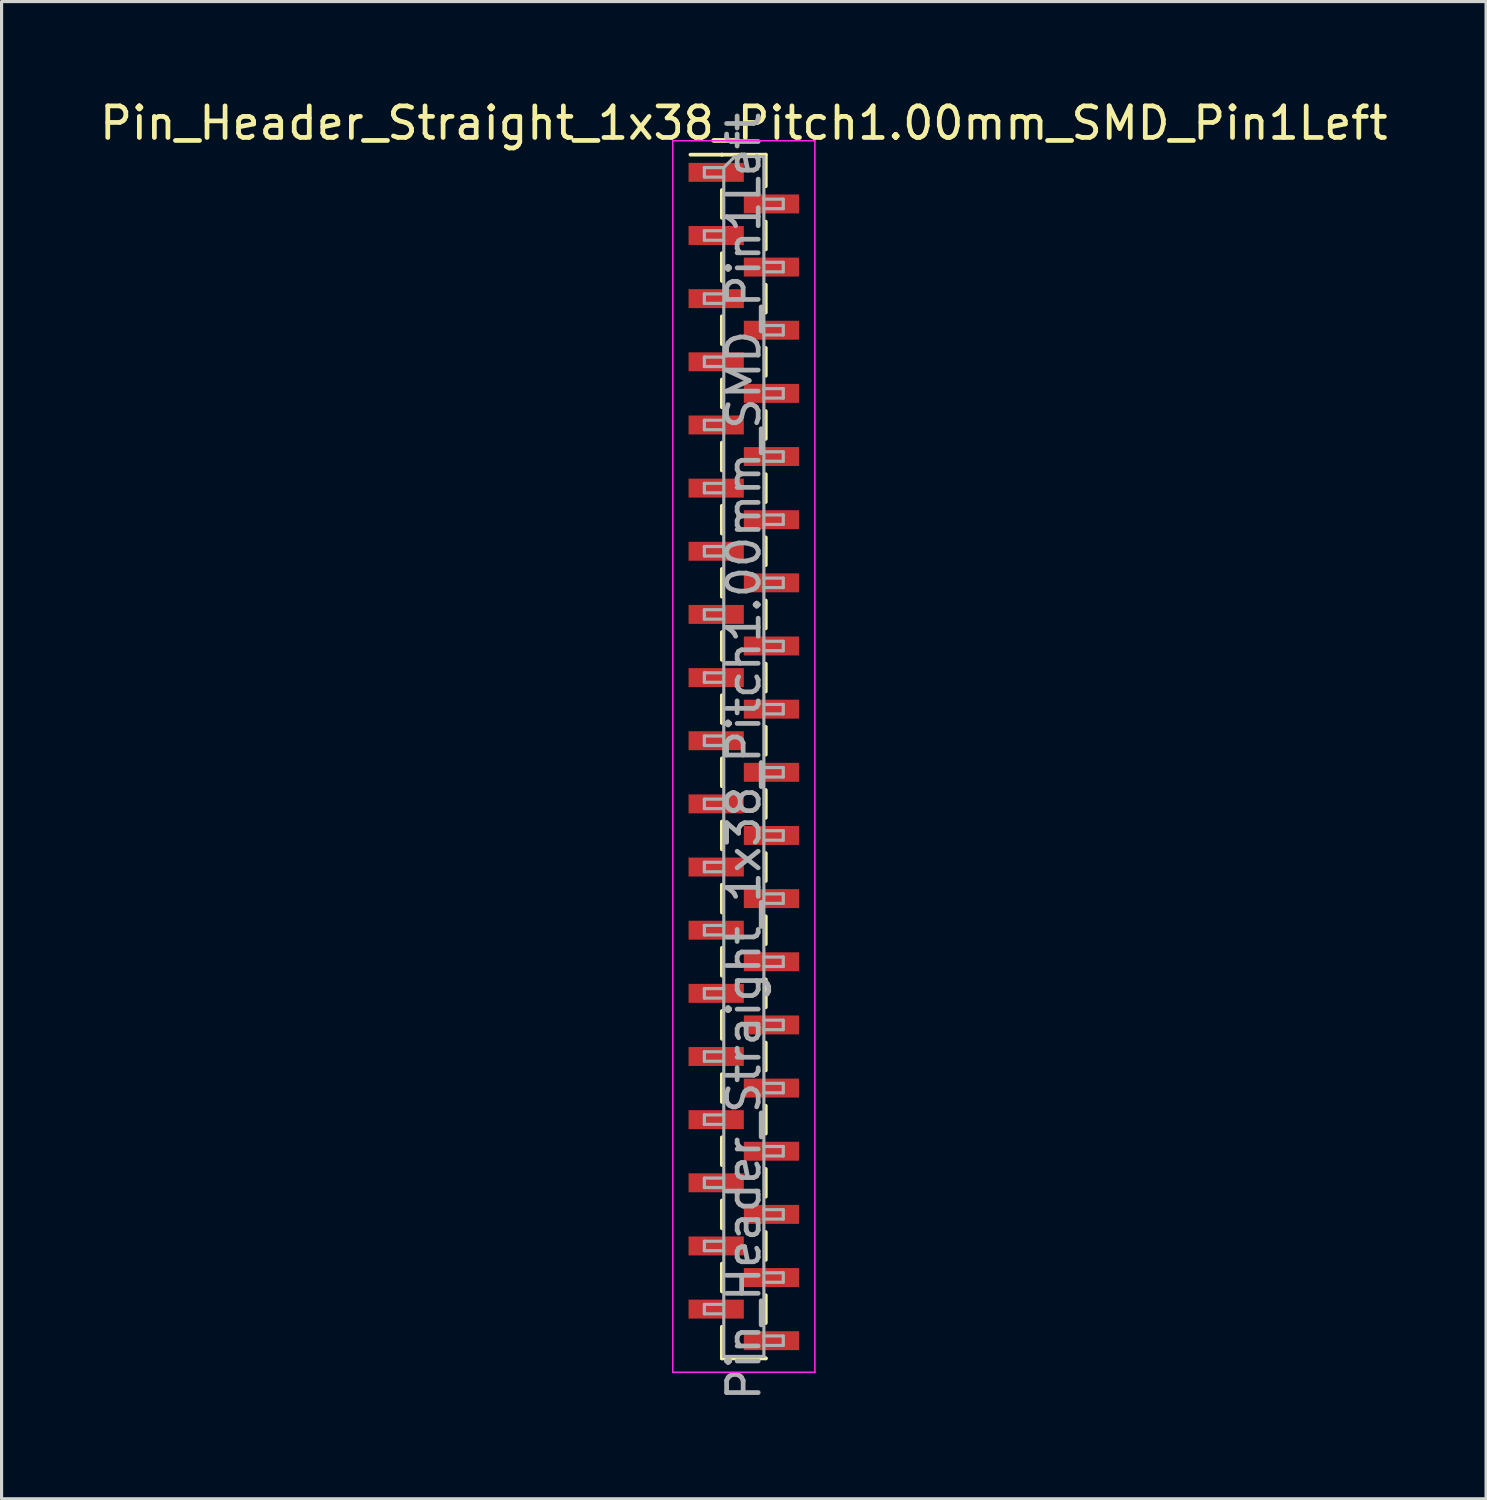
<source format=kicad_pcb>
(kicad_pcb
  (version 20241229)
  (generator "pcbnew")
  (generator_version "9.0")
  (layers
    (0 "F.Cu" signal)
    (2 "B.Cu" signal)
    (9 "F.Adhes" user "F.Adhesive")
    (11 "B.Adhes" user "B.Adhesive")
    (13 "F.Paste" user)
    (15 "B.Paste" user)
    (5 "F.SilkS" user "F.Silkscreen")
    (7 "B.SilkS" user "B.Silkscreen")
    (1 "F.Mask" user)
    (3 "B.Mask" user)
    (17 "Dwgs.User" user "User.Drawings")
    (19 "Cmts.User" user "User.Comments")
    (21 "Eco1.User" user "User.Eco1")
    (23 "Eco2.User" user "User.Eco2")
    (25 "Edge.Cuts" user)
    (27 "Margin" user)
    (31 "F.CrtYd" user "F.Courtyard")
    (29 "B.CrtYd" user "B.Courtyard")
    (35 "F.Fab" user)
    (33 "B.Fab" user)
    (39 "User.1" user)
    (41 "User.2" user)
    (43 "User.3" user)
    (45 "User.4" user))
  (footprint "Pin_Header_Straight_1x38_Pitch1.00mm_SMD_Pin1Left"
    (layer "F.Cu")
    (at 20.506 20.908)
    (property "Reference" "Pin_Header_Straight_1x38_Pitch1.00mm_SMD_Pin1Left" (at 0 -20.06 0) (layer "F.SilkS") (effects (font (size 1 1) (thickness 0.15))))
    (attr smd)
    (fp_line (start -0.695 -19.06) (end -1.69 -19.06) (stroke (width 0.12) (type solid)) (layer "F.SilkS"))
    (fp_line (start -0.695 -19.06) (end -0.695 -19.06) (stroke (width 0.12) (type solid)) (layer "F.SilkS"))
    (fp_line (start -0.695 -19.06) (end 0.695 -19.06) (stroke (width 0.12) (type solid)) (layer "F.SilkS"))
    (fp_line (start -0.695 -17.94) (end -0.695 -17.06) (stroke (width 0.12) (type solid)) (layer "F.SilkS"))
    (fp_line (start -0.695 -15.94) (end -0.695 -15.06) (stroke (width 0.12) (type solid)) (layer "F.SilkS"))
    (fp_line (start -0.695 -13.94) (end -0.695 -13.06) (stroke (width 0.12) (type solid)) (layer "F.SilkS"))
    (fp_line (start -0.695 -11.94) (end -0.695 -11.06) (stroke (width 0.12) (type solid)) (layer "F.SilkS"))
    (fp_line (start -0.695 -9.94) (end -0.695 -9.06) (stroke (width 0.12) (type solid)) (layer "F.SilkS"))
    (fp_line (start -0.695 -7.94) (end -0.695 -7.06) (stroke (width 0.12) (type solid)) (layer "F.SilkS"))
    (fp_line (start -0.695 -5.94) (end -0.695 -5.06) (stroke (width 0.12) (type solid)) (layer "F.SilkS"))
    (fp_line (start -0.695 -3.94) (end -0.695 -3.06) (stroke (width 0.12) (type solid)) (layer "F.SilkS"))
    (fp_line (start -0.695 -1.94) (end -0.695 -1.06) (stroke (width 0.12) (type solid)) (layer "F.SilkS"))
    (fp_line (start -0.695 0.06) (end -0.695 0.94) (stroke (width 0.12) (type solid)) (layer "F.SilkS"))
    (fp_line (start -0.695 2.06) (end -0.695 2.94) (stroke (width 0.12) (type solid)) (layer "F.SilkS"))
    (fp_line (start -0.695 4.06) (end -0.695 4.94) (stroke (width 0.12) (type solid)) (layer "F.SilkS"))
    (fp_line (start -0.695 6.06) (end -0.695 6.94) (stroke (width 0.12) (type solid)) (layer "F.SilkS"))
    (fp_line (start -0.695 8.06) (end -0.695 8.94) (stroke (width 0.12) (type solid)) (layer "F.SilkS"))
    (fp_line (start -0.695 10.06) (end -0.695 10.94) (stroke (width 0.12) (type solid)) (layer "F.SilkS"))
    (fp_line (start -0.695 12.06) (end -0.695 12.94) (stroke (width 0.12) (type solid)) (layer "F.SilkS"))
    (fp_line (start -0.695 14.06) (end -0.695 14.94) (stroke (width 0.12) (type solid)) (layer "F.SilkS"))
    (fp_line (start -0.695 16.06) (end -0.695 16.94) (stroke (width 0.12) (type solid)) (layer "F.SilkS"))
    (fp_line (start -0.695 18.06) (end -0.695 19.06) (stroke (width 0.12) (type solid)) (layer "F.SilkS"))
    (fp_line (start -0.695 19.06) (end 0.695 19.06) (stroke (width 0.12) (type solid)) (layer "F.SilkS"))
    (fp_line (start 0.695 -19.06) (end 0.695 -18.06) (stroke (width 0.12) (type solid)) (layer "F.SilkS"))
    (fp_line (start 0.695 -16.94) (end 0.695 -16.06) (stroke (width 0.12) (type solid)) (layer "F.SilkS"))
    (fp_line (start 0.695 -14.94) (end 0.695 -14.06) (stroke (width 0.12) (type solid)) (layer "F.SilkS"))
    (fp_line (start 0.695 -12.94) (end 0.695 -12.06) (stroke (width 0.12) (type solid)) (layer "F.SilkS"))
    (fp_line (start 0.695 -10.94) (end 0.695 -10.06) (stroke (width 0.12) (type solid)) (layer "F.SilkS"))
    (fp_line (start 0.695 -8.94) (end 0.695 -8.06) (stroke (width 0.12) (type solid)) (layer "F.SilkS"))
    (fp_line (start 0.695 -6.94) (end 0.695 -6.06) (stroke (width 0.12) (type solid)) (layer "F.SilkS"))
    (fp_line (start 0.695 -4.94) (end 0.695 -4.06) (stroke (width 0.12) (type solid)) (layer "F.SilkS"))
    (fp_line (start 0.695 -2.94) (end 0.695 -2.06) (stroke (width 0.12) (type solid)) (layer "F.SilkS"))
    (fp_line (start 0.695 -0.94) (end 0.695 -0.06) (stroke (width 0.12) (type solid)) (layer "F.SilkS"))
    (fp_line (start 0.695 1.06) (end 0.695 1.94) (stroke (width 0.12) (type solid)) (layer "F.SilkS"))
    (fp_line (start 0.695 3.06) (end 0.695 3.94) (stroke (width 0.12) (type solid)) (layer "F.SilkS"))
    (fp_line (start 0.695 5.06) (end 0.695 5.94) (stroke (width 0.12) (type solid)) (layer "F.SilkS"))
    (fp_line (start 0.695 7.06) (end 0.695 7.94) (stroke (width 0.12) (type solid)) (layer "F.SilkS"))
    (fp_line (start 0.695 9.06) (end 0.695 9.94) (stroke (width 0.12) (type solid)) (layer "F.SilkS"))
    (fp_line (start 0.695 11.06) (end 0.695 11.94) (stroke (width 0.12) (type solid)) (layer "F.SilkS"))
    (fp_line (start 0.695 13.06) (end 0.695 13.94) (stroke (width 0.12) (type solid)) (layer "F.SilkS"))
    (fp_line (start 0.695 15.06) (end 0.695 15.94) (stroke (width 0.12) (type solid)) (layer "F.SilkS"))
    (fp_line (start 0.695 17.06) (end 0.695 17.94) (stroke (width 0.12) (type solid)) (layer "F.SilkS"))
    (fp_line (start 0.695 19.06) (end 0.695 19.06) (stroke (width 0.12) (type solid)) (layer "F.SilkS"))
    (fp_line (start -2.25 -19.5) (end -2.25 19.5) (stroke (width 0.05) (type solid)) (layer "F.CrtYd"))
    (fp_line (start -2.25 19.5) (end 2.25 19.5) (stroke (width 0.05) (type solid)) (layer "F.CrtYd"))
    (fp_line (start 2.25 -19.5) (end -2.25 -19.5) (stroke (width 0.05) (type solid)) (layer "F.CrtYd"))
    (fp_line (start 2.25 19.5) (end 2.25 -19.5) (stroke (width 0.05) (type solid)) (layer "F.CrtYd"))
    (fp_line (start -1.25 -18.65) (end -1.25 -18.35) (stroke (width 0.1) (type solid)) (layer "F.Fab"))
    (fp_line (start -1.25 -18.35) (end -0.635 -18.35) (stroke (width 0.1) (type solid)) (layer "F.Fab"))
    (fp_line (start -1.25 -16.65) (end -1.25 -16.35) (stroke (width 0.1) (type solid)) (layer "F.Fab"))
    (fp_line (start -1.25 -16.35) (end -0.635 -16.35) (stroke (width 0.1) (type solid)) (layer "F.Fab"))
    (fp_line (start -1.25 -14.65) (end -1.25 -14.35) (stroke (width 0.1) (type solid)) (layer "F.Fab"))
    (fp_line (start -1.25 -14.35) (end -0.635 -14.35) (stroke (width 0.1) (type solid)) (layer "F.Fab"))
    (fp_line (start -1.25 -12.65) (end -1.25 -12.35) (stroke (width 0.1) (type solid)) (layer "F.Fab"))
    (fp_line (start -1.25 -12.35) (end -0.635 -12.35) (stroke (width 0.1) (type solid)) (layer "F.Fab"))
    (fp_line (start -1.25 -10.65) (end -1.25 -10.35) (stroke (width 0.1) (type solid)) (layer "F.Fab"))
    (fp_line (start -1.25 -10.35) (end -0.635 -10.35) (stroke (width 0.1) (type solid)) (layer "F.Fab"))
    (fp_line (start -1.25 -8.65) (end -1.25 -8.35) (stroke (width 0.1) (type solid)) (layer "F.Fab"))
    (fp_line (start -1.25 -8.35) (end -0.635 -8.35) (stroke (width 0.1) (type solid)) (layer "F.Fab"))
    (fp_line (start -1.25 -6.65) (end -1.25 -6.35) (stroke (width 0.1) (type solid)) (layer "F.Fab"))
    (fp_line (start -1.25 -6.35) (end -0.635 -6.35) (stroke (width 0.1) (type solid)) (layer "F.Fab"))
    (fp_line (start -1.25 -4.65) (end -1.25 -4.35) (stroke (width 0.1) (type solid)) (layer "F.Fab"))
    (fp_line (start -1.25 -4.35) (end -0.635 -4.35) (stroke (width 0.1) (type solid)) (layer "F.Fab"))
    (fp_line (start -1.25 -2.65) (end -1.25 -2.35) (stroke (width 0.1) (type solid)) (layer "F.Fab"))
    (fp_line (start -1.25 -2.35) (end -0.635 -2.35) (stroke (width 0.1) (type solid)) (layer "F.Fab"))
    (fp_line (start -1.25 -0.65) (end -1.25 -0.35) (stroke (width 0.1) (type solid)) (layer "F.Fab"))
    (fp_line (start -1.25 -0.35) (end -0.635 -0.35) (stroke (width 0.1) (type solid)) (layer "F.Fab"))
    (fp_line (start -1.25 1.35) (end -1.25 1.65) (stroke (width 0.1) (type solid)) (layer "F.Fab"))
    (fp_line (start -1.25 1.65) (end -0.635 1.65) (stroke (width 0.1) (type solid)) (layer "F.Fab"))
    (fp_line (start -1.25 3.35) (end -1.25 3.65) (stroke (width 0.1) (type solid)) (layer "F.Fab"))
    (fp_line (start -1.25 3.65) (end -0.635 3.65) (stroke (width 0.1) (type solid)) (layer "F.Fab"))
    (fp_line (start -1.25 5.35) (end -1.25 5.65) (stroke (width 0.1) (type solid)) (layer "F.Fab"))
    (fp_line (start -1.25 5.65) (end -0.635 5.65) (stroke (width 0.1) (type solid)) (layer "F.Fab"))
    (fp_line (start -1.25 7.35) (end -1.25 7.65) (stroke (width 0.1) (type solid)) (layer "F.Fab"))
    (fp_line (start -1.25 7.65) (end -0.635 7.65) (stroke (width 0.1) (type solid)) (layer "F.Fab"))
    (fp_line (start -1.25 9.35) (end -1.25 9.65) (stroke (width 0.1) (type solid)) (layer "F.Fab"))
    (fp_line (start -1.25 9.65) (end -0.635 9.65) (stroke (width 0.1) (type solid)) (layer "F.Fab"))
    (fp_line (start -1.25 11.35) (end -1.25 11.65) (stroke (width 0.1) (type solid)) (layer "F.Fab"))
    (fp_line (start -1.25 11.65) (end -0.635 11.65) (stroke (width 0.1) (type solid)) (layer "F.Fab"))
    (fp_line (start -1.25 13.35) (end -1.25 13.65) (stroke (width 0.1) (type solid)) (layer "F.Fab"))
    (fp_line (start -1.25 13.65) (end -0.635 13.65) (stroke (width 0.1) (type solid)) (layer "F.Fab"))
    (fp_line (start -1.25 15.35) (end -1.25 15.65) (stroke (width 0.1) (type solid)) (layer "F.Fab"))
    (fp_line (start -1.25 15.65) (end -0.635 15.65) (stroke (width 0.1) (type solid)) (layer "F.Fab"))
    (fp_line (start -1.25 17.35) (end -1.25 17.65) (stroke (width 0.1) (type solid)) (layer "F.Fab"))
    (fp_line (start -1.25 17.65) (end -0.635 17.65) (stroke (width 0.1) (type solid)) (layer "F.Fab"))
    (fp_line (start -0.635 -18.65) (end -1.25 -18.65) (stroke (width 0.1) (type solid)) (layer "F.Fab"))
    (fp_line (start -0.635 -18.65) (end -0.285 -19) (stroke (width 0.1) (type solid)) (layer "F.Fab"))
    (fp_line (start -0.635 -16.65) (end -1.25 -16.65) (stroke (width 0.1) (type solid)) (layer "F.Fab"))
    (fp_line (start -0.635 -14.65) (end -1.25 -14.65) (stroke (width 0.1) (type solid)) (layer "F.Fab"))
    (fp_line (start -0.635 -12.65) (end -1.25 -12.65) (stroke (width 0.1) (type solid)) (layer "F.Fab"))
    (fp_line (start -0.635 -10.65) (end -1.25 -10.65) (stroke (width 0.1) (type solid)) (layer "F.Fab"))
    (fp_line (start -0.635 -8.65) (end -1.25 -8.65) (stroke (width 0.1) (type solid)) (layer "F.Fab"))
    (fp_line (start -0.635 -6.65) (end -1.25 -6.65) (stroke (width 0.1) (type solid)) (layer "F.Fab"))
    (fp_line (start -0.635 -4.65) (end -1.25 -4.65) (stroke (width 0.1) (type solid)) (layer "F.Fab"))
    (fp_line (start -0.635 -2.65) (end -1.25 -2.65) (stroke (width 0.1) (type solid)) (layer "F.Fab"))
    (fp_line (start -0.635 -0.65) (end -1.25 -0.65) (stroke (width 0.1) (type solid)) (layer "F.Fab"))
    (fp_line (start -0.635 1.35) (end -1.25 1.35) (stroke (width 0.1) (type solid)) (layer "F.Fab"))
    (fp_line (start -0.635 3.35) (end -1.25 3.35) (stroke (width 0.1) (type solid)) (layer "F.Fab"))
    (fp_line (start -0.635 5.35) (end -1.25 5.35) (stroke (width 0.1) (type solid)) (layer "F.Fab"))
    (fp_line (start -0.635 7.35) (end -1.25 7.35) (stroke (width 0.1) (type solid)) (layer "F.Fab"))
    (fp_line (start -0.635 9.35) (end -1.25 9.35) (stroke (width 0.1) (type solid)) (layer "F.Fab"))
    (fp_line (start -0.635 11.35) (end -1.25 11.35) (stroke (width 0.1) (type solid)) (layer "F.Fab"))
    (fp_line (start -0.635 13.35) (end -1.25 13.35) (stroke (width 0.1) (type solid)) (layer "F.Fab"))
    (fp_line (start -0.635 15.35) (end -1.25 15.35) (stroke (width 0.1) (type solid)) (layer "F.Fab"))
    (fp_line (start -0.635 17.35) (end -1.25 17.35) (stroke (width 0.1) (type solid)) (layer "F.Fab"))
    (fp_line (start -0.635 19) (end -0.635 -18.65) (stroke (width 0.1) (type solid)) (layer "F.Fab"))
    (fp_line (start -0.285 -19) (end 0.635 -19) (stroke (width 0.1) (type solid)) (layer "F.Fab"))
    (fp_line (start 0.635 -19) (end 0.635 19) (stroke (width 0.1) (type solid)) (layer "F.Fab"))
    (fp_line (start 0.635 -17.65) (end 1.25 -17.65) (stroke (width 0.1) (type solid)) (layer "F.Fab"))
    (fp_line (start 0.635 -15.65) (end 1.25 -15.65) (stroke (width 0.1) (type solid)) (layer "F.Fab"))
    (fp_line (start 0.635 -13.65) (end 1.25 -13.65) (stroke (width 0.1) (type solid)) (layer "F.Fab"))
    (fp_line (start 0.635 -11.65) (end 1.25 -11.65) (stroke (width 0.1) (type solid)) (layer "F.Fab"))
    (fp_line (start 0.635 -9.65) (end 1.25 -9.65) (stroke (width 0.1) (type solid)) (layer "F.Fab"))
    (fp_line (start 0.635 -7.65) (end 1.25 -7.65) (stroke (width 0.1) (type solid)) (layer "F.Fab"))
    (fp_line (start 0.635 -5.65) (end 1.25 -5.65) (stroke (width 0.1) (type solid)) (layer "F.Fab"))
    (fp_line (start 0.635 -3.65) (end 1.25 -3.65) (stroke (width 0.1) (type solid)) (layer "F.Fab"))
    (fp_line (start 0.635 -1.65) (end 1.25 -1.65) (stroke (width 0.1) (type solid)) (layer "F.Fab"))
    (fp_line (start 0.635 0.35) (end 1.25 0.35) (stroke (width 0.1) (type solid)) (layer "F.Fab"))
    (fp_line (start 0.635 2.35) (end 1.25 2.35) (stroke (width 0.1) (type solid)) (layer "F.Fab"))
    (fp_line (start 0.635 4.35) (end 1.25 4.35) (stroke (width 0.1) (type solid)) (layer "F.Fab"))
    (fp_line (start 0.635 6.35) (end 1.25 6.35) (stroke (width 0.1) (type solid)) (layer "F.Fab"))
    (fp_line (start 0.635 8.35) (end 1.25 8.35) (stroke (width 0.1) (type solid)) (layer "F.Fab"))
    (fp_line (start 0.635 10.35) (end 1.25 10.35) (stroke (width 0.1) (type solid)) (layer "F.Fab"))
    (fp_line (start 0.635 12.35) (end 1.25 12.35) (stroke (width 0.1) (type solid)) (layer "F.Fab"))
    (fp_line (start 0.635 14.35) (end 1.25 14.35) (stroke (width 0.1) (type solid)) (layer "F.Fab"))
    (fp_line (start 0.635 16.35) (end 1.25 16.35) (stroke (width 0.1) (type solid)) (layer "F.Fab"))
    (fp_line (start 0.635 18.35) (end 1.25 18.35) (stroke (width 0.1) (type solid)) (layer "F.Fab"))
    (fp_line (start 0.635 19) (end -0.635 19) (stroke (width 0.1) (type solid)) (layer "F.Fab"))
    (fp_line (start 1.25 -17.65) (end 1.25 -17.35) (stroke (width 0.1) (type solid)) (layer "F.Fab"))
    (fp_line (start 1.25 -17.35) (end 0.635 -17.35) (stroke (width 0.1) (type solid)) (layer "F.Fab"))
    (fp_line (start 1.25 -15.65) (end 1.25 -15.35) (stroke (width 0.1) (type solid)) (layer "F.Fab"))
    (fp_line (start 1.25 -15.35) (end 0.635 -15.35) (stroke (width 0.1) (type solid)) (layer "F.Fab"))
    (fp_line (start 1.25 -13.65) (end 1.25 -13.35) (stroke (width 0.1) (type solid)) (layer "F.Fab"))
    (fp_line (start 1.25 -13.35) (end 0.635 -13.35) (stroke (width 0.1) (type solid)) (layer "F.Fab"))
    (fp_line (start 1.25 -11.65) (end 1.25 -11.35) (stroke (width 0.1) (type solid)) (layer "F.Fab"))
    (fp_line (start 1.25 -11.35) (end 0.635 -11.35) (stroke (width 0.1) (type solid)) (layer "F.Fab"))
    (fp_line (start 1.25 -9.65) (end 1.25 -9.35) (stroke (width 0.1) (type solid)) (layer "F.Fab"))
    (fp_line (start 1.25 -9.35) (end 0.635 -9.35) (stroke (width 0.1) (type solid)) (layer "F.Fab"))
    (fp_line (start 1.25 -7.65) (end 1.25 -7.35) (stroke (width 0.1) (type solid)) (layer "F.Fab"))
    (fp_line (start 1.25 -7.35) (end 0.635 -7.35) (stroke (width 0.1) (type solid)) (layer "F.Fab"))
    (fp_line (start 1.25 -5.65) (end 1.25 -5.35) (stroke (width 0.1) (type solid)) (layer "F.Fab"))
    (fp_line (start 1.25 -5.35) (end 0.635 -5.35) (stroke (width 0.1) (type solid)) (layer "F.Fab"))
    (fp_line (start 1.25 -3.65) (end 1.25 -3.35) (stroke (width 0.1) (type solid)) (layer "F.Fab"))
    (fp_line (start 1.25 -3.35) (end 0.635 -3.35) (stroke (width 0.1) (type solid)) (layer "F.Fab"))
    (fp_line (start 1.25 -1.65) (end 1.25 -1.35) (stroke (width 0.1) (type solid)) (layer "F.Fab"))
    (fp_line (start 1.25 -1.35) (end 0.635 -1.35) (stroke (width 0.1) (type solid)) (layer "F.Fab"))
    (fp_line (start 1.25 0.35) (end 1.25 0.65) (stroke (width 0.1) (type solid)) (layer "F.Fab"))
    (fp_line (start 1.25 0.65) (end 0.635 0.65) (stroke (width 0.1) (type solid)) (layer "F.Fab"))
    (fp_line (start 1.25 2.35) (end 1.25 2.65) (stroke (width 0.1) (type solid)) (layer "F.Fab"))
    (fp_line (start 1.25 2.65) (end 0.635 2.65) (stroke (width 0.1) (type solid)) (layer "F.Fab"))
    (fp_line (start 1.25 4.35) (end 1.25 4.65) (stroke (width 0.1) (type solid)) (layer "F.Fab"))
    (fp_line (start 1.25 4.65) (end 0.635 4.65) (stroke (width 0.1) (type solid)) (layer "F.Fab"))
    (fp_line (start 1.25 6.35) (end 1.25 6.65) (stroke (width 0.1) (type solid)) (layer "F.Fab"))
    (fp_line (start 1.25 6.65) (end 0.635 6.65) (stroke (width 0.1) (type solid)) (layer "F.Fab"))
    (fp_line (start 1.25 8.35) (end 1.25 8.65) (stroke (width 0.1) (type solid)) (layer "F.Fab"))
    (fp_line (start 1.25 8.65) (end 0.635 8.65) (stroke (width 0.1) (type solid)) (layer "F.Fab"))
    (fp_line (start 1.25 10.35) (end 1.25 10.65) (stroke (width 0.1) (type solid)) (layer "F.Fab"))
    (fp_line (start 1.25 10.65) (end 0.635 10.65) (stroke (width 0.1) (type solid)) (layer "F.Fab"))
    (fp_line (start 1.25 12.35) (end 1.25 12.65) (stroke (width 0.1) (type solid)) (layer "F.Fab"))
    (fp_line (start 1.25 12.65) (end 0.635 12.65) (stroke (width 0.1) (type solid)) (layer "F.Fab"))
    (fp_line (start 1.25 14.35) (end 1.25 14.65) (stroke (width 0.1) (type solid)) (layer "F.Fab"))
    (fp_line (start 1.25 14.65) (end 0.635 14.65) (stroke (width 0.1) (type solid)) (layer "F.Fab"))
    (fp_line (start 1.25 16.35) (end 1.25 16.65) (stroke (width 0.1) (type solid)) (layer "F.Fab"))
    (fp_line (start 1.25 16.65) (end 0.635 16.65) (stroke (width 0.1) (type solid)) (layer "F.Fab"))
    (fp_line (start 1.25 18.35) (end 1.25 18.65) (stroke (width 0.1) (type solid)) (layer "F.Fab"))
    (fp_line (start 1.25 18.65) (end 0.635 18.65) (stroke (width 0.1) (type solid)) (layer "F.Fab"))
    (fp_text user "${REFERENCE}" (at 0 0 90) (layer "F.Fab") (effects (font (size 1 1) (thickness 0.15))))
    (pad "1" smd rect (at -0.875 -18.5) (size 1.75 0.6) (layers "F.Cu" "F.Mask" "F.Paste"))
    (pad "2" smd rect (at 0.875 -17.5) (size 1.75 0.6) (layers "F.Cu" "F.Mask" "F.Paste"))
    (pad "3" smd rect (at -0.875 -16.5) (size 1.75 0.6) (layers "F.Cu" "F.Mask" "F.Paste"))
    (pad "4" smd rect (at 0.875 -15.5) (size 1.75 0.6) (layers "F.Cu" "F.Mask" "F.Paste"))
    (pad "5" smd rect (at -0.875 -14.5) (size 1.75 0.6) (layers "F.Cu" "F.Mask" "F.Paste"))
    (pad "6" smd rect (at 0.875 -13.5) (size 1.75 0.6) (layers "F.Cu" "F.Mask" "F.Paste"))
    (pad "7" smd rect (at -0.875 -12.5) (size 1.75 0.6) (layers "F.Cu" "F.Mask" "F.Paste"))
    (pad "8" smd rect (at 0.875 -11.5) (size 1.75 0.6) (layers "F.Cu" "F.Mask" "F.Paste"))
    (pad "9" smd rect (at -0.875 -10.5) (size 1.75 0.6) (layers "F.Cu" "F.Mask" "F.Paste"))
    (pad "10" smd rect (at 0.875 -9.5) (size 1.75 0.6) (layers "F.Cu" "F.Mask" "F.Paste"))
    (pad "11" smd rect (at -0.875 -8.5) (size 1.75 0.6) (layers "F.Cu" "F.Mask" "F.Paste"))
    (pad "12" smd rect (at 0.875 -7.5) (size 1.75 0.6) (layers "F.Cu" "F.Mask" "F.Paste"))
    (pad "13" smd rect (at -0.875 -6.5) (size 1.75 0.6) (layers "F.Cu" "F.Mask" "F.Paste"))
    (pad "14" smd rect (at 0.875 -5.5) (size 1.75 0.6) (layers "F.Cu" "F.Mask" "F.Paste"))
    (pad "15" smd rect (at -0.875 -4.5) (size 1.75 0.6) (layers "F.Cu" "F.Mask" "F.Paste"))
    (pad "16" smd rect (at 0.875 -3.5) (size 1.75 0.6) (layers "F.Cu" "F.Mask" "F.Paste"))
    (pad "17" smd rect (at -0.875 -2.5) (size 1.75 0.6) (layers "F.Cu" "F.Mask" "F.Paste"))
    (pad "18" smd rect (at 0.875 -1.5) (size 1.75 0.6) (layers "F.Cu" "F.Mask" "F.Paste"))
    (pad "19" smd rect (at -0.875 -0.5) (size 1.75 0.6) (layers "F.Cu" "F.Mask" "F.Paste"))
    (pad "20" smd rect (at 0.875 0.5) (size 1.75 0.6) (layers "F.Cu" "F.Mask" "F.Paste"))
    (pad "21" smd rect (at -0.875 1.5) (size 1.75 0.6) (layers "F.Cu" "F.Mask" "F.Paste"))
    (pad "22" smd rect (at 0.875 2.5) (size 1.75 0.6) (layers "F.Cu" "F.Mask" "F.Paste"))
    (pad "23" smd rect (at -0.875 3.5) (size 1.75 0.6) (layers "F.Cu" "F.Mask" "F.Paste"))
    (pad "24" smd rect (at 0.875 4.5) (size 1.75 0.6) (layers "F.Cu" "F.Mask" "F.Paste"))
    (pad "25" smd rect (at -0.875 5.5) (size 1.75 0.6) (layers "F.Cu" "F.Mask" "F.Paste"))
    (pad "26" smd rect (at 0.875 6.5) (size 1.75 0.6) (layers "F.Cu" "F.Mask" "F.Paste"))
    (pad "27" smd rect (at -0.875 7.5) (size 1.75 0.6) (layers "F.Cu" "F.Mask" "F.Paste"))
    (pad "28" smd rect (at 0.875 8.5) (size 1.75 0.6) (layers "F.Cu" "F.Mask" "F.Paste"))
    (pad "29" smd rect (at -0.875 9.5) (size 1.75 0.6) (layers "F.Cu" "F.Mask" "F.Paste"))
    (pad "30" smd rect (at 0.875 10.5) (size 1.75 0.6) (layers "F.Cu" "F.Mask" "F.Paste"))
    (pad "31" smd rect (at -0.875 11.5) (size 1.75 0.6) (layers "F.Cu" "F.Mask" "F.Paste"))
    (pad "32" smd rect (at 0.875 12.5) (size 1.75 0.6) (layers "F.Cu" "F.Mask" "F.Paste"))
    (pad "33" smd rect (at -0.875 13.5) (size 1.75 0.6) (layers "F.Cu" "F.Mask" "F.Paste"))
    (pad "34" smd rect (at 0.875 14.5) (size 1.75 0.6) (layers "F.Cu" "F.Mask" "F.Paste"))
    (pad "35" smd rect (at -0.875 15.5) (size 1.75 0.6) (layers "F.Cu" "F.Mask" "F.Paste"))
    (pad "36" smd rect (at 0.875 16.5) (size 1.75 0.6) (layers "F.Cu" "F.Mask" "F.Paste"))
    (pad "37" smd rect (at -0.875 17.5) (size 1.75 0.6) (layers "F.Cu" "F.Mask" "F.Paste"))
    (pad "38" smd rect (at 0.875 18.5) (size 1.75 0.6) (layers "F.Cu" "F.Mask" "F.Paste")))
  (gr_rect
    (start -3 -3)
    (end 44.012 44.414)
    (stroke (width 0.1) (type default))
    (fill no)
    (layer "Edge.Cuts")))
</source>
